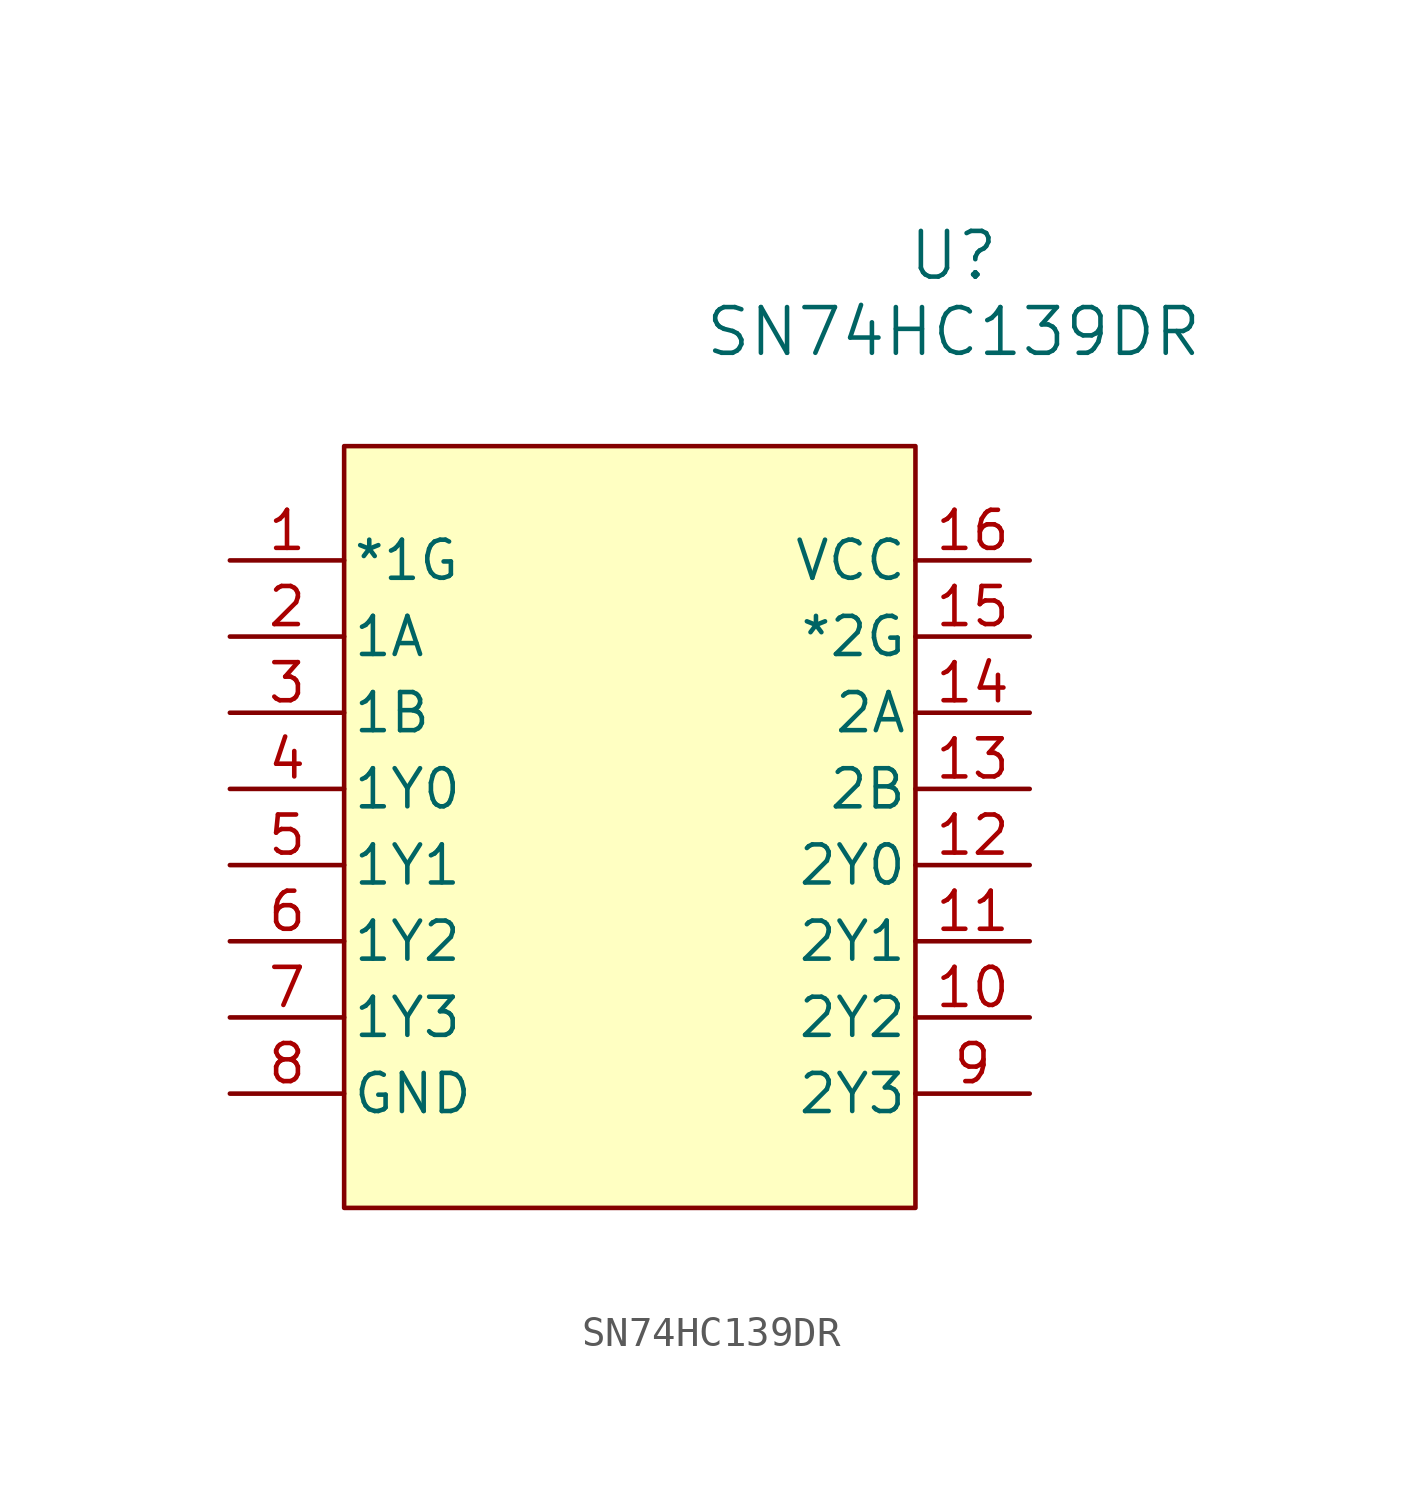
<source format=kicad_sym>
(kicad_symbol_lib
  (version 20241209)
  (generator "kicad_symbol_editor")
  (generator_version "9.0")
  (symbol "SN74HC139DR"
    (pin_names
      (offset 0.254))
    (property "Reference" "U"
      (at 27.94 10.16 0)
      (effects (font (size 1.524 1.524))))
    (property "Value" "SN74HC139DR"
      (at 27.94 7.62 0)
      (effects (font (size 1.524 1.524))))
    (property "ki_locked" ""
      (at 0 0 0)
      (effects (font (size 1.27 1.27))))
    (symbol "SN74HC139DR_0_1"
      (pin input line (at 3.81 0 0) (length 3.81) (name "*1G" (effects (font (size 1.27 1.27)))) (number "1" (effects (font (size 1.27 1.27)))))
      (pin input line (at 3.81 -2.54 0) (length 3.81) (name "1A" (effects (font (size 1.27 1.27)))) (number "2" (effects (font (size 1.27 1.27)))))
      (pin input line (at 3.81 -5.08 0) (length 3.81) (name "1B" (effects (font (size 1.27 1.27)))) (number "3" (effects (font (size 1.27 1.27)))))
      (pin output line (at 3.81 -7.62 0) (length 3.81) (name "1Y0" (effects (font (size 1.27 1.27)))) (number "4" (effects (font (size 1.27 1.27)))))
      (pin output line (at 3.81 -10.16 0) (length 3.81) (name "1Y1" (effects (font (size 1.27 1.27)))) (number "5" (effects (font (size 1.27 1.27)))))
      (pin output line (at 3.81 -12.7 0) (length 3.81) (name "1Y2" (effects (font (size 1.27 1.27)))) (number "6" (effects (font (size 1.27 1.27)))))
      (pin output line (at 3.81 -15.24 0) (length 3.81) (name "1Y3" (effects (font (size 1.27 1.27)))) (number "7" (effects (font (size 1.27 1.27)))))
      (pin power_in line (at 3.81 -17.78 0) (length 3.81) (name "GND" (effects (font (size 1.27 1.27)))) (number "8" (effects (font (size 1.27 1.27)))))
      (pin power_in line (at 30.48 0 180) (length 3.81) (name "VCC" (effects (font (size 1.27 1.27)))) (number "16" (effects (font (size 1.27 1.27)))))
      (pin input line (at 30.48 -2.54 180) (length 3.81) (name "*2G" (effects (font (size 1.27 1.27)))) (number "15" (effects (font (size 1.27 1.27)))))
      (pin input line (at 30.48 -5.08 180) (length 3.81) (name "2A" (effects (font (size 1.27 1.27)))) (number "14" (effects (font (size 1.27 1.27)))))
      (pin input line (at 30.48 -7.62 180) (length 3.81) (name "2B" (effects (font (size 1.27 1.27)))) (number "13" (effects (font (size 1.27 1.27)))))
      (pin output line (at 30.48 -10.16 180) (length 3.81) (name "2Y0" (effects (font (size 1.27 1.27)))) (number "12" (effects (font (size 1.27 1.27)))))
      (pin output line (at 30.48 -12.7 180) (length 3.81) (name "2Y1" (effects (font (size 1.27 1.27)))) (number "11" (effects (font (size 1.27 1.27)))))
      (pin output line (at 30.48 -15.24 180) (length 3.81) (name "2Y2" (effects (font (size 1.27 1.27)))) (number "10" (effects (font (size 1.27 1.27)))))
      (pin output line (at 30.48 -17.78 180) (length 3.81) (name "2Y3" (effects (font (size 1.27 1.27)))) (number "9" (effects (font (size 1.27 1.27))))))
    (symbol "SN74HC139DR_1_1"
      (rectangle (start 7.62 3.81) (end 26.67 -21.59) (stroke (width 0) (type default)) (fill (type background))))))
</source>
